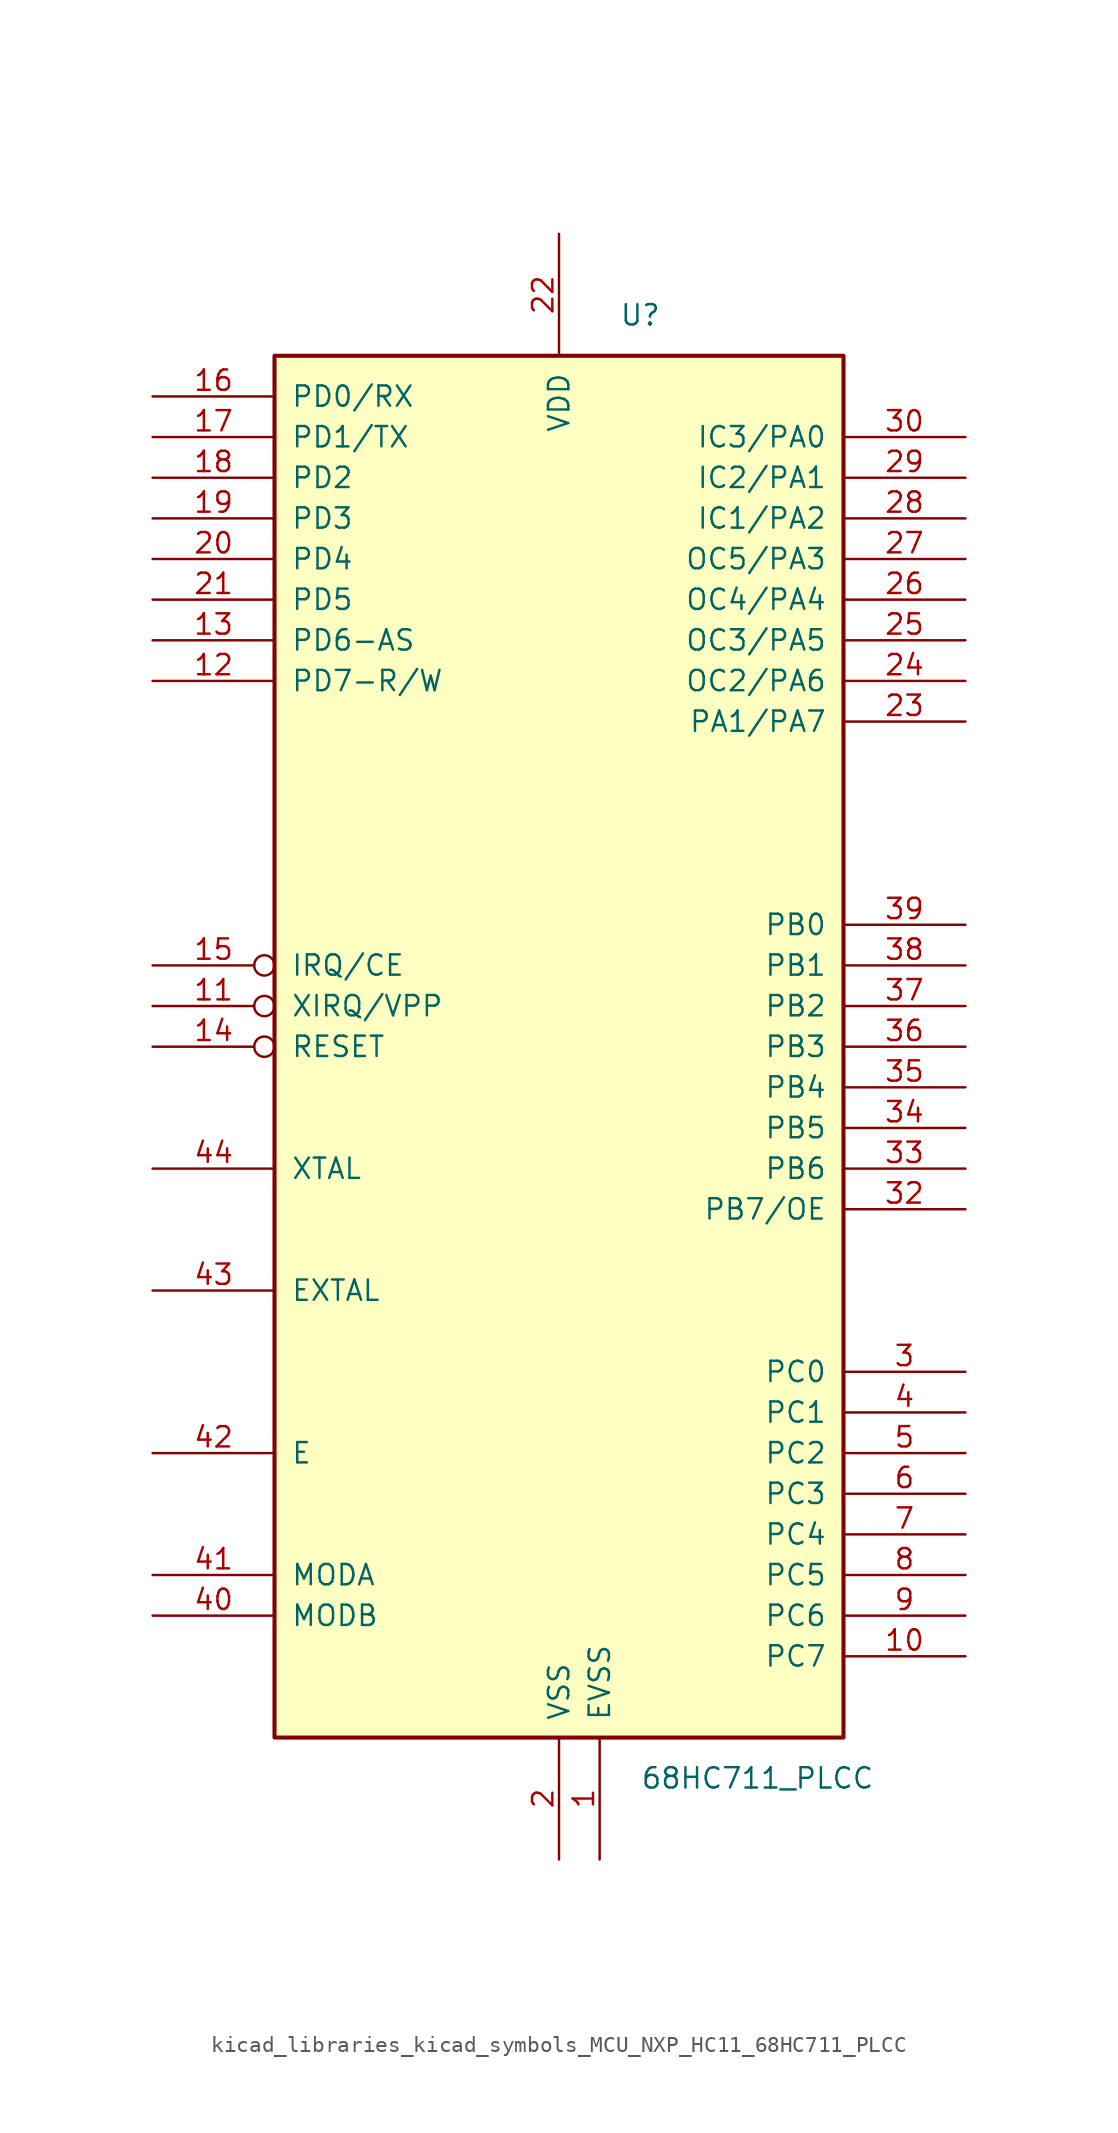
<source format=kicad_sym>
(kicad_symbol_lib
  (version 20220914)
  (generator kicad_symbol_editor)
  (symbol "kicad_libraries_kicad_symbols_MCU_NXP_HC11_68HC711_PLCC"
    (pin_names
      (offset 1.016))
    (property "Reference" "U"
      (at 5.08 45.72 0)
      (effects (font (size 1.27 1.27))))
    (property "Value" "68HC711_PLCC"
      (at 5.08 -45.72 0)
      (effects (font (size 1.27 1.27)) (justify left)))
    (symbol "kicad_libraries_kicad_symbols_MCU_NXP_HC11_68HC711_PLCC_0_1"
      (rectangle (start -17.78 -43.18) (end 17.78 43.18) (stroke (width 0.254) (type default)) (fill (type background))))
    (symbol "kicad_libraries_kicad_symbols_MCU_NXP_HC11_68HC711_PLCC_1_1"
      (pin power_in line (at 2.54 -50.8 90) (length 7.62) (name "EVSS" (effects (font (size 1.27 1.27)))) (number "1" (effects (font (size 1.27 1.27)))))
      (pin input line (at 25.4 -38.1 180) (length 7.62) (name "PC7" (effects (font (size 1.27 1.27)))) (number "10" (effects (font (size 1.27 1.27)))))
      (pin input inverted (at -25.4 2.54 0) (length 7.62) (name "XIRQ/VPP" (effects (font (size 1.27 1.27)))) (number "11" (effects (font (size 1.27 1.27)))))
      (pin output line (at -25.4 22.86 0) (length 7.62) (name "PD7-R/W" (effects (font (size 1.27 1.27)))) (number "12" (effects (font (size 1.27 1.27)))))
      (pin input line (at -25.4 25.4 0) (length 7.62) (name "PD6-AS" (effects (font (size 1.27 1.27)))) (number "13" (effects (font (size 1.27 1.27)))))
      (pin input inverted (at -25.4 0 0) (length 7.62) (name "RESET" (effects (font (size 1.27 1.27)))) (number "14" (effects (font (size 1.27 1.27)))))
      (pin input inverted (at -25.4 5.08 0) (length 7.62) (name "IRQ/CE" (effects (font (size 1.27 1.27)))) (number "15" (effects (font (size 1.27 1.27)))))
      (pin input line (at -25.4 40.64 0) (length 7.62) (name "PD0/RX" (effects (font (size 1.27 1.27)))) (number "16" (effects (font (size 1.27 1.27)))))
      (pin input line (at -25.4 38.1 0) (length 7.62) (name "PD1/TX" (effects (font (size 1.27 1.27)))) (number "17" (effects (font (size 1.27 1.27)))))
      (pin input line (at -25.4 35.56 0) (length 7.62) (name "PD2" (effects (font (size 1.27 1.27)))) (number "18" (effects (font (size 1.27 1.27)))))
      (pin input line (at -25.4 33.02 0) (length 7.62) (name "PD3" (effects (font (size 1.27 1.27)))) (number "19" (effects (font (size 1.27 1.27)))))
      (pin power_in line (at 0 -50.8 90) (length 7.62) (name "VSS" (effects (font (size 1.27 1.27)))) (number "2" (effects (font (size 1.27 1.27)))))
      (pin input line (at -25.4 30.48 0) (length 7.62) (name "PD4" (effects (font (size 1.27 1.27)))) (number "20" (effects (font (size 1.27 1.27)))))
      (pin input line (at -25.4 27.94 0) (length 7.62) (name "PD5" (effects (font (size 1.27 1.27)))) (number "21" (effects (font (size 1.27 1.27)))))
      (pin power_in line (at 0 50.8 270) (length 7.62) (name "VDD" (effects (font (size 1.27 1.27)))) (number "22" (effects (font (size 1.27 1.27)))))
      (pin input line (at 25.4 20.32 180) (length 7.62) (name "PA1/PA7" (effects (font (size 1.27 1.27)))) (number "23" (effects (font (size 1.27 1.27)))))
      (pin output line (at 25.4 22.86 180) (length 7.62) (name "OC2/PA6" (effects (font (size 1.27 1.27)))) (number "24" (effects (font (size 1.27 1.27)))))
      (pin output line (at 25.4 25.4 180) (length 7.62) (name "OC3/PA5" (effects (font (size 1.27 1.27)))) (number "25" (effects (font (size 1.27 1.27)))))
      (pin output line (at 25.4 27.94 180) (length 7.62) (name "OC4/PA4" (effects (font (size 1.27 1.27)))) (number "26" (effects (font (size 1.27 1.27)))))
      (pin output line (at 25.4 30.48 180) (length 7.62) (name "OC5/PA3" (effects (font (size 1.27 1.27)))) (number "27" (effects (font (size 1.27 1.27)))))
      (pin input line (at 25.4 33.02 180) (length 7.62) (name "IC1/PA2" (effects (font (size 1.27 1.27)))) (number "28" (effects (font (size 1.27 1.27)))))
      (pin input line (at 25.4 35.56 180) (length 7.62) (name "IC2/PA1" (effects (font (size 1.27 1.27)))) (number "29" (effects (font (size 1.27 1.27)))))
      (pin input line (at 25.4 -20.32 180) (length 7.62) (name "PC0" (effects (font (size 1.27 1.27)))) (number "3" (effects (font (size 1.27 1.27)))))
      (pin input line (at 25.4 38.1 180) (length 7.62) (name "IC3/PA0" (effects (font (size 1.27 1.27)))) (number "30" (effects (font (size 1.27 1.27)))))
      (pin output line (at 25.4 -10.16 180) (length 7.62) (name "PB7/OE" (effects (font (size 1.27 1.27)))) (number "32" (effects (font (size 1.27 1.27)))))
      (pin output line (at 25.4 -7.62 180) (length 7.62) (name "PB6" (effects (font (size 1.27 1.27)))) (number "33" (effects (font (size 1.27 1.27)))))
      (pin output line (at 25.4 -5.08 180) (length 7.62) (name "PB5" (effects (font (size 1.27 1.27)))) (number "34" (effects (font (size 1.27 1.27)))))
      (pin output line (at 25.4 -2.54 180) (length 7.62) (name "PB4" (effects (font (size 1.27 1.27)))) (number "35" (effects (font (size 1.27 1.27)))))
      (pin output line (at 25.4 0 180) (length 7.62) (name "PB3" (effects (font (size 1.27 1.27)))) (number "36" (effects (font (size 1.27 1.27)))))
      (pin output line (at 25.4 2.54 180) (length 7.62) (name "PB2" (effects (font (size 1.27 1.27)))) (number "37" (effects (font (size 1.27 1.27)))))
      (pin output line (at 25.4 5.08 180) (length 7.62) (name "PB1" (effects (font (size 1.27 1.27)))) (number "38" (effects (font (size 1.27 1.27)))))
      (pin output line (at 25.4 7.62 180) (length 7.62) (name "PB0" (effects (font (size 1.27 1.27)))) (number "39" (effects (font (size 1.27 1.27)))))
      (pin input line (at 25.4 -22.86 180) (length 7.62) (name "PC1" (effects (font (size 1.27 1.27)))) (number "4" (effects (font (size 1.27 1.27)))))
      (pin input line (at -25.4 -35.56 0) (length 7.62) (name "MODB" (effects (font (size 1.27 1.27)))) (number "40" (effects (font (size 1.27 1.27)))))
      (pin input line (at -25.4 -33.02 0) (length 7.62) (name "MODA" (effects (font (size 1.27 1.27)))) (number "41" (effects (font (size 1.27 1.27)))))
      (pin output line (at -25.4 -25.4 0) (length 7.62) (name "E" (effects (font (size 1.27 1.27)))) (number "42" (effects (font (size 1.27 1.27)))))
      (pin input line (at -25.4 -15.24 0) (length 7.62) (name "EXTAL" (effects (font (size 1.27 1.27)))) (number "43" (effects (font (size 1.27 1.27)))))
      (pin output line (at -25.4 -7.62 0) (length 7.62) (name "XTAL" (effects (font (size 1.27 1.27)))) (number "44" (effects (font (size 1.27 1.27)))))
      (pin input line (at 25.4 -25.4 180) (length 7.62) (name "PC2" (effects (font (size 1.27 1.27)))) (number "5" (effects (font (size 1.27 1.27)))))
      (pin input line (at 25.4 -27.94 180) (length 7.62) (name "PC3" (effects (font (size 1.27 1.27)))) (number "6" (effects (font (size 1.27 1.27)))))
      (pin input line (at 25.4 -30.48 180) (length 7.62) (name "PC4" (effects (font (size 1.27 1.27)))) (number "7" (effects (font (size 1.27 1.27)))))
      (pin input line (at 25.4 -33.02 180) (length 7.62) (name "PC5" (effects (font (size 1.27 1.27)))) (number "8" (effects (font (size 1.27 1.27)))))
      (pin input line (at 25.4 -35.56 180) (length 7.62) (name "PC6" (effects (font (size 1.27 1.27)))) (number "9" (effects (font (size 1.27 1.27))))))))
</source>
